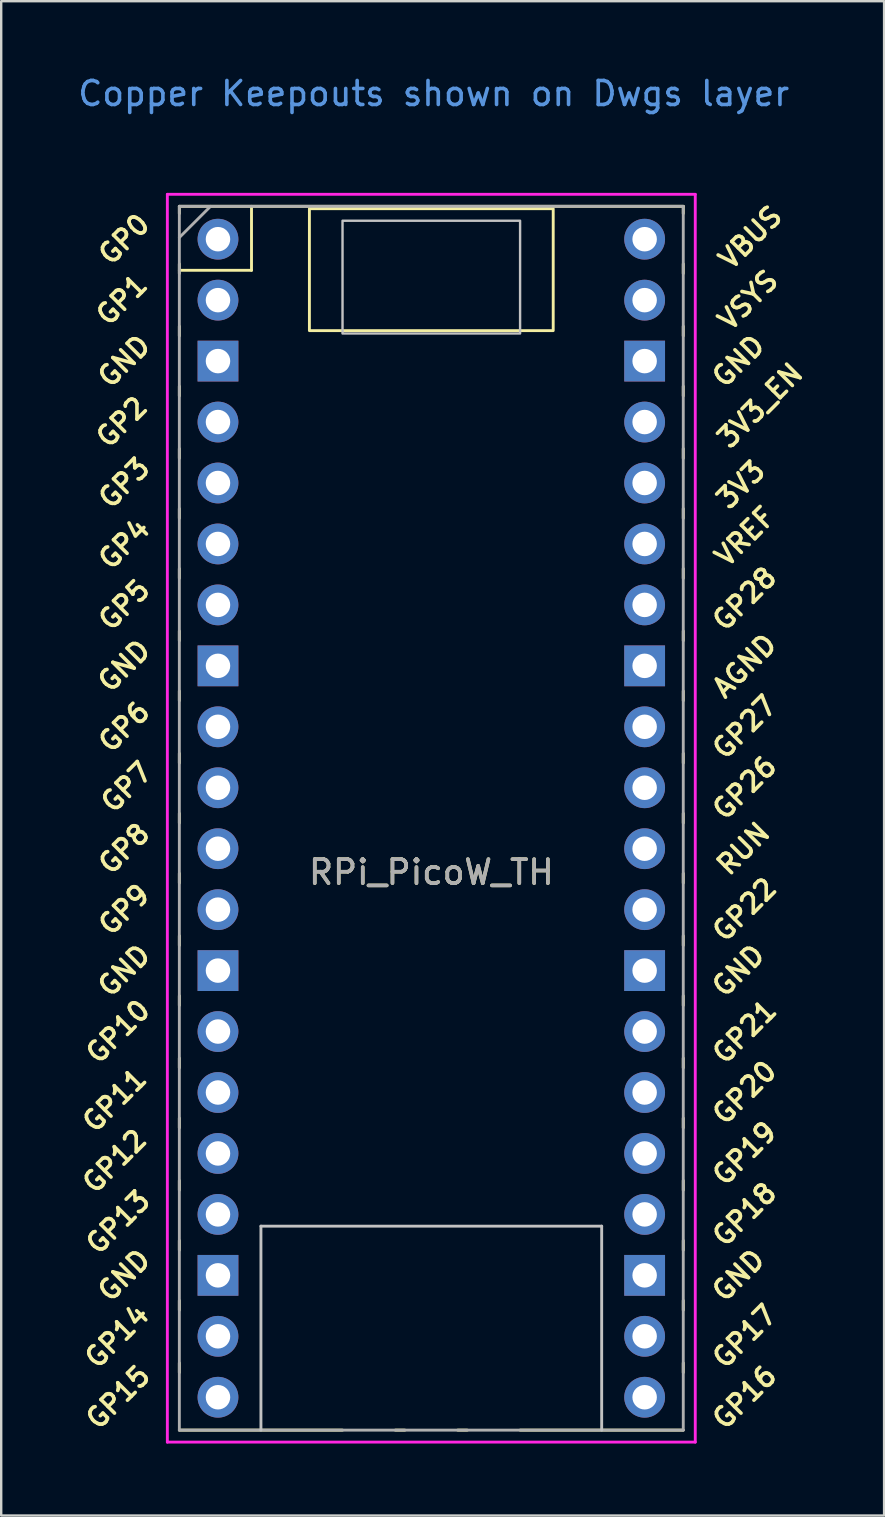
<source format=kicad_pcb>
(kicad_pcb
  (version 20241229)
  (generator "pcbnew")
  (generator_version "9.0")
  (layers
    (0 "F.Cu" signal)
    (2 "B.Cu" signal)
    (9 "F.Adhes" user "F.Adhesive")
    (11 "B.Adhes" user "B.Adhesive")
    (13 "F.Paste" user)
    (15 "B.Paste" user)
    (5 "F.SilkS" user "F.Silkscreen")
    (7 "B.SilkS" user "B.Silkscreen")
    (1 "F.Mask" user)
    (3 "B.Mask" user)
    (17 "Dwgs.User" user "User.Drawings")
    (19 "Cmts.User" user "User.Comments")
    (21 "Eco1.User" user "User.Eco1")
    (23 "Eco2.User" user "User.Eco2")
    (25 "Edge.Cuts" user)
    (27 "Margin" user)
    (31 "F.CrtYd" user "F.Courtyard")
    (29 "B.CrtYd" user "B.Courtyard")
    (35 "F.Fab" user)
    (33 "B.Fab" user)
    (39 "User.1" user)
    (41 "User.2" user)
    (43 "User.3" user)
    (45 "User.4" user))
  (footprint "RPi_PicoW_TH"
    (layer "F.Cu")
    (at 14.924 31.048)
    (property "Reference" "RPi_PicoW_TH" (at 0 2.25 0) (layer "F.SilkS") (effects (font (size 1 1) (thickness 0.15))))
    (attr through_hole)
    (fp_line (start -10.5 -25.5) (end -10.5 -25.2) (stroke (width 0.12) (type solid)) (layer "F.SilkS"))
    (fp_line (start -10.5 -25.5) (end 10.5 -25.5) (stroke (width 0.12) (type solid)) (layer "F.SilkS"))
    (fp_line (start -10.5 -23.1) (end -10.5 -22.7) (stroke (width 0.12) (type solid)) (layer "F.SilkS"))
    (fp_line (start -10.5 -22.833) (end -7.493 -22.833) (stroke (width 0.12) (type solid)) (layer "F.SilkS"))
    (fp_line (start -10.5 -20.5) (end -10.5 -20.1) (stroke (width 0.12) (type solid)) (layer "F.SilkS"))
    (fp_line (start -10.5 -18) (end -10.5 -17.6) (stroke (width 0.12) (type solid)) (layer "F.SilkS"))
    (fp_line (start -10.5 -15.4) (end -10.5 -15) (stroke (width 0.12) (type solid)) (layer "F.SilkS"))
    (fp_line (start -10.5 -12.9) (end -10.5 -12.5) (stroke (width 0.12) (type solid)) (layer "F.SilkS"))
    (fp_line (start -10.5 -10.4) (end -10.5 -10) (stroke (width 0.12) (type solid)) (layer "F.SilkS"))
    (fp_line (start -10.5 -7.8) (end -10.5 -7.4) (stroke (width 0.12) (type solid)) (layer "F.SilkS"))
    (fp_line (start -10.5 -5.3) (end -10.5 -4.9) (stroke (width 0.12) (type solid)) (layer "F.SilkS"))
    (fp_line (start -10.5 -2.7) (end -10.5 -2.3) (stroke (width 0.12) (type solid)) (layer "F.SilkS"))
    (fp_line (start -10.5 -0.2) (end -10.5 0.2) (stroke (width 0.12) (type solid)) (layer "F.SilkS"))
    (fp_line (start -10.5 2.3) (end -10.5 2.7) (stroke (width 0.12) (type solid)) (layer "F.SilkS"))
    (fp_line (start -10.5 4.9) (end -10.5 5.3) (stroke (width 0.12) (type solid)) (layer "F.SilkS"))
    (fp_line (start -10.5 7.4) (end -10.5 7.8) (stroke (width 0.12) (type solid)) (layer "F.SilkS"))
    (fp_line (start -10.5 10) (end -10.5 10.4) (stroke (width 0.12) (type solid)) (layer "F.SilkS"))
    (fp_line (start -10.5 12.5) (end -10.5 12.9) (stroke (width 0.12) (type solid)) (layer "F.SilkS"))
    (fp_line (start -10.5 15.1) (end -10.5 15.5) (stroke (width 0.12) (type solid)) (layer "F.SilkS"))
    (fp_line (start -10.5 17.6) (end -10.5 18) (stroke (width 0.12) (type solid)) (layer "F.SilkS"))
    (fp_line (start -10.5 20.1) (end -10.5 20.5) (stroke (width 0.12) (type solid)) (layer "F.SilkS"))
    (fp_line (start -10.5 22.7) (end -10.5 23.1) (stroke (width 0.12) (type solid)) (layer "F.SilkS"))
    (fp_line (start -7.493 -22.833) (end -7.493 -25.5) (stroke (width 0.12) (type solid)) (layer "F.SilkS"))
    (fp_line (start -3.7 25.5) (end -10.5 25.5) (stroke (width 0.12) (type solid)) (layer "F.SilkS"))
    (fp_line (start -1.5 25.5) (end -1.1 25.5) (stroke (width 0.12) (type solid)) (layer "F.SilkS"))
    (fp_line (start 1.1 25.5) (end 1.5 25.5) (stroke (width 0.12) (type solid)) (layer "F.SilkS"))
    (fp_line (start 10.5 -25.5) (end 10.5 -25.2) (stroke (width 0.12) (type solid)) (layer "F.SilkS"))
    (fp_line (start 10.5 -23.1) (end 10.5 -22.7) (stroke (width 0.12) (type solid)) (layer "F.SilkS"))
    (fp_line (start 10.5 -20.5) (end 10.5 -20.1) (stroke (width 0.12) (type solid)) (layer "F.SilkS"))
    (fp_line (start 10.5 -18) (end 10.5 -17.6) (stroke (width 0.12) (type solid)) (layer "F.SilkS"))
    (fp_line (start 10.5 -15.4) (end 10.5 -15) (stroke (width 0.12) (type solid)) (layer "F.SilkS"))
    (fp_line (start 10.5 -12.9) (end 10.5 -12.5) (stroke (width 0.12) (type solid)) (layer "F.SilkS"))
    (fp_line (start 10.5 -10.4) (end 10.5 -10) (stroke (width 0.12) (type solid)) (layer "F.SilkS"))
    (fp_line (start 10.5 -7.8) (end 10.5 -7.4) (stroke (width 0.12) (type solid)) (layer "F.SilkS"))
    (fp_line (start 10.5 -5.3) (end 10.5 -4.9) (stroke (width 0.12) (type solid)) (layer "F.SilkS"))
    (fp_line (start 10.5 -2.7) (end 10.5 -2.3) (stroke (width 0.12) (type solid)) (layer "F.SilkS"))
    (fp_line (start 10.5 -0.2) (end 10.5 0.2) (stroke (width 0.12) (type solid)) (layer "F.SilkS"))
    (fp_line (start 10.5 2.3) (end 10.5 2.7) (stroke (width 0.12) (type solid)) (layer "F.SilkS"))
    (fp_line (start 10.5 4.9) (end 10.5 5.3) (stroke (width 0.12) (type solid)) (layer "F.SilkS"))
    (fp_line (start 10.5 7.4) (end 10.5 7.8) (stroke (width 0.12) (type solid)) (layer "F.SilkS"))
    (fp_line (start 10.5 10) (end 10.5 10.4) (stroke (width 0.12) (type solid)) (layer "F.SilkS"))
    (fp_line (start 10.5 12.5) (end 10.5 12.9) (stroke (width 0.12) (type solid)) (layer "F.SilkS"))
    (fp_line (start 10.5 15.1) (end 10.5 15.5) (stroke (width 0.12) (type solid)) (layer "F.SilkS"))
    (fp_line (start 10.5 17.6) (end 10.5 18) (stroke (width 0.12) (type solid)) (layer "F.SilkS"))
    (fp_line (start 10.5 20.1) (end 10.5 20.5) (stroke (width 0.12) (type solid)) (layer "F.SilkS"))
    (fp_line (start 10.5 22.7) (end 10.5 23.1) (stroke (width 0.12) (type solid)) (layer "F.SilkS"))
    (fp_line (start 10.5 25.5) (end 3.7 25.5) (stroke (width 0.12) (type solid)) (layer "F.SilkS"))
    (fp_rect (start -5.08 -20.32) (end 5.08 -25.4) (stroke (width 0.12) (type solid)) (fill no) (layer "F.SilkS"))
    (fp_line (start -7.1 17) (end 7.1 17) (stroke (width 0.12) (type solid)) (layer "Dwgs.User"))
    (fp_line (start -7.1 25.5) (end -7.1 17) (stroke (width 0.12) (type solid)) (layer "Dwgs.User"))
    (fp_line (start 7.1 17) (end 7.1 25.5) (stroke (width 0.12) (type solid)) (layer "Dwgs.User"))
    (fp_poly (pts (xy 3.7 -20.2) (xy -3.7 -20.2) (xy -3.7 -24.9) (xy 3.7 -24.9)) (stroke (width 0.1) (type solid)) (fill no) (layer "Dwgs.User"))
    (fp_line (start -11 -26) (end 11 -26) (stroke (width 0.12) (type solid)) (layer "F.CrtYd"))
    (fp_line (start -11 26) (end -11 -26) (stroke (width 0.12) (type solid)) (layer "F.CrtYd"))
    (fp_line (start 11 -26) (end 11 26) (stroke (width 0.12) (type solid)) (layer "F.CrtYd"))
    (fp_line (start 11 26) (end -11 26) (stroke (width 0.12) (type solid)) (layer "F.CrtYd"))
    (fp_line (start -10.5 -25.5) (end 10.5 -25.5) (stroke (width 0.12) (type solid)) (layer "F.Fab"))
    (fp_line (start -10.5 -24.2) (end -9.2 -25.5) (stroke (width 0.12) (type solid)) (layer "F.Fab"))
    (fp_line (start -10.5 25.5) (end -10.5 -25.5) (stroke (width 0.12) (type solid)) (layer "F.Fab"))
    (fp_line (start 10.5 -25.5) (end 10.5 25.5) (stroke (width 0.12) (type solid)) (layer "F.Fab"))
    (fp_line (start 10.5 25.5) (end -10.5 25.5) (stroke (width 0.12) (type solid)) (layer "F.Fab"))
    (fp_text user "AGND" (at 13.054 -6.35 45) (layer "F.SilkS") (effects (font (size 0.8 0.8) (thickness 0.15))))
    (fp_text user "GP10" (at -13.054 8.89 45) (layer "F.SilkS") (effects (font (size 0.8 0.8) (thickness 0.15))))
    (fp_text user "GP5" (at -12.8 -8.89 45) (layer "F.SilkS") (effects (font (size 0.8 0.8) (thickness 0.15))))
    (fp_text user "GP28" (at 13.054 -9.144 45) (layer "F.SilkS") (effects (font (size 0.8 0.8) (thickness 0.15))))
    (fp_text user "GP15" (at -13.054 24.13 45) (layer "F.SilkS") (effects (font (size 0.8 0.8) (thickness 0.15))))
    (fp_text user "GP19" (at 13.054 13.97 45) (layer "F.SilkS") (effects (font (size 0.8 0.8) (thickness 0.15))))
    (fp_text user "GP27" (at 13.054 -3.8 45) (layer "F.SilkS") (effects (font (size 0.8 0.8) (thickness 0.15))))
    (fp_text user "GP3" (at -12.8 -13.97 45) (layer "F.SilkS") (effects (font (size 0.8 0.8) (thickness 0.15))))
    (fp_text user "GP20" (at 13.054 11.43 45) (layer "F.SilkS") (effects (font (size 0.8 0.8) (thickness 0.15))))
    (fp_text user "GP26" (at 13.054 -1.27 45) (layer "F.SilkS") (effects (font (size 0.8 0.8) (thickness 0.15))))
    (fp_text user "GP4" (at -12.8 -11.43 45) (layer "F.SilkS") (effects (font (size 0.8 0.8) (thickness 0.15))))
    (fp_text user "3V3_EN" (at 13.7 -17.2 45) (layer "F.SilkS") (effects (font (size 0.8 0.8) (thickness 0.15))))
    (fp_text user "GP2" (at -12.9 -16.51 45) (layer "F.SilkS") (effects (font (size 0.8 0.8) (thickness 0.15))))
    (fp_text user "GP7" (at -12.7 -1.3 45) (layer "F.SilkS") (effects (font (size 0.8 0.8) (thickness 0.15))))
    (fp_text user "RUN" (at 13 1.27 45) (layer "F.SilkS") (effects (font (size 0.8 0.8) (thickness 0.15))))
    (fp_text user "GP22" (at 13.054 3.81 45) (layer "F.SilkS") (effects (font (size 0.8 0.8) (thickness 0.15))))
    (fp_text user "GP13" (at -13.054 16.832 45) (layer "F.SilkS") (effects (font (size 0.8 0.8) (thickness 0.15))))
    (fp_text user "GP1" (at -12.9 -21.6 45) (layer "F.SilkS") (effects (font (size 0.8 0.8) (thickness 0.15))))
    (fp_text user "GND" (at -12.8 19.05 45) (layer "F.SilkS") (effects (font (size 0.8 0.8) (thickness 0.15))))
    (fp_text user "VSYS" (at 13.2 -21.59 45) (layer "F.SilkS") (effects (font (size 0.8 0.8) (thickness 0.15))))
    (fp_text user "GND" (at -12.8 6.35 45) (layer "F.SilkS") (effects (font (size 0.8 0.8) (thickness 0.15))))
    (fp_text user "GND" (at 12.8 19.05 45) (layer "F.SilkS") (effects (font (size 0.8 0.8) (thickness 0.15))))
    (fp_text user "GP9" (at -12.8 3.81 45) (layer "F.SilkS") (effects (font (size 0.8 0.8) (thickness 0.15))))
    (fp_text user "GP11" (at -13.2 11.752 45) (layer "F.SilkS") (effects (font (size 0.8 0.8) (thickness 0.15))))
    (fp_text user "GP0" (at -12.8 -24.13 45) (layer "F.SilkS") (effects (font (size 0.8 0.8) (thickness 0.15))))
    (fp_text user "GP12" (at -13.2 14.293 45) (layer "F.SilkS") (effects (font (size 0.8 0.8) (thickness 0.15))))
    (fp_text user "GND" (at -12.8 -6.35 45) (layer "F.SilkS") (effects (font (size 0.8 0.8) (thickness 0.15))))
    (fp_text user "VREF" (at 13.068 -11.742 45) (layer "F.SilkS") (effects (font (size 0.8 0.8) (thickness 0.15))))
    (fp_text user "GP21" (at 13.054 8.9 45) (layer "F.SilkS") (effects (font (size 0.8 0.8) (thickness 0.15))))
    (fp_text user "GP17" (at 13.054 21.59 45) (layer "F.SilkS") (effects (font (size 0.8 0.8) (thickness 0.15))))
    (fp_text user "GP6" (at -12.8 -3.81 45) (layer "F.SilkS") (effects (font (size 0.8 0.8) (thickness 0.15))))
    (fp_text user "GP16" (at 13.054 24.13 45) (layer "F.SilkS") (effects (font (size 0.8 0.8) (thickness 0.15))))
    (fp_text user "GND" (at 12.8 -19.05 45) (layer "F.SilkS") (effects (font (size 0.8 0.8) (thickness 0.15))))
    (fp_text user "3V3" (at 12.9 -13.9 45) (layer "F.SilkS") (effects (font (size 0.8 0.8) (thickness 0.15))))
    (fp_text user "GND" (at -12.8 -19.05 45) (layer "F.SilkS") (effects (font (size 0.8 0.8) (thickness 0.15))))
    (fp_text user "GND" (at 12.8 6.35 45) (layer "F.SilkS") (effects (font (size 0.8 0.8) (thickness 0.15))))
    (fp_text user "GP14" (at -13.1 21.59 45) (layer "F.SilkS") (effects (font (size 0.8 0.8) (thickness 0.15))))
    (fp_text user "GP8" (at -12.8 1.27 45) (layer "F.SilkS") (effects (font (size 0.8 0.8) (thickness 0.15))))
    (fp_text user "GP18" (at 13.054 16.51 45) (layer "F.SilkS") (effects (font (size 0.8 0.8) (thickness 0.15))))
    (fp_text user "VBUS" (at 13.3 -24.2 45) (layer "F.SilkS") (effects (font (size 0.8 0.8) (thickness 0.15))))
    (fp_text user "Copper Keepouts shown on Dwgs layer" (at 0.1 -30.2 0) (layer "Cmts.User") (effects (font (size 1 1) (thickness 0.15))))
    (fp_text user "${REFERENCE}" (at 0 2.25 180) (layer "F.Fab") (effects (font (size 1 1) (thickness 0.15))))
    (pad "1" thru_hole oval (at -8.89 -24.13) (size 1.7 1.7) (drill 1.02) (layers "*.Cu" "*.Mask"))
    (pad "2" thru_hole oval (at -8.89 -21.59) (size 1.7 1.7) (drill 1.02) (layers "*.Cu" "*.Mask"))
    (pad "3" thru_hole rect (at -8.89 -19.05) (size 1.7 1.7) (drill 1.02) (layers "*.Cu" "*.Mask"))
    (pad "4" thru_hole oval (at -8.89 -16.51) (size 1.7 1.7) (drill 1.02) (layers "*.Cu" "*.Mask"))
    (pad "5" thru_hole oval (at -8.89 -13.97) (size 1.7 1.7) (drill 1.02) (layers "*.Cu" "*.Mask"))
    (pad "6" thru_hole oval (at -8.89 -11.43) (size 1.7 1.7) (drill 1.02) (layers "*.Cu" "*.Mask"))
    (pad "7" thru_hole oval (at -8.89 -8.89) (size 1.7 1.7) (drill 1.02) (layers "*.Cu" "*.Mask"))
    (pad "8" thru_hole rect (at -8.89 -6.35) (size 1.7 1.7) (drill 1.02) (layers "*.Cu" "*.Mask"))
    (pad "9" thru_hole oval (at -8.89 -3.81) (size 1.7 1.7) (drill 1.02) (layers "*.Cu" "*.Mask"))
    (pad "10" thru_hole oval (at -8.89 -1.27) (size 1.7 1.7) (drill 1.02) (layers "*.Cu" "*.Mask"))
    (pad "11" thru_hole oval (at -8.89 1.27) (size 1.7 1.7) (drill 1.02) (layers "*.Cu" "*.Mask"))
    (pad "12" thru_hole oval (at -8.89 3.81) (size 1.7 1.7) (drill 1.02) (layers "*.Cu" "*.Mask"))
    (pad "13" thru_hole rect (at -8.89 6.35) (size 1.7 1.7) (drill 1.02) (layers "*.Cu" "*.Mask"))
    (pad "14" thru_hole oval (at -8.89 8.89) (size 1.7 1.7) (drill 1.02) (layers "*.Cu" "*.Mask"))
    (pad "15" thru_hole oval (at -8.89 11.43) (size 1.7 1.7) (drill 1.02) (layers "*.Cu" "*.Mask"))
    (pad "16" thru_hole oval (at -8.89 13.97) (size 1.7 1.7) (drill 1.02) (layers "*.Cu" "*.Mask"))
    (pad "17" thru_hole oval (at -8.89 16.51) (size 1.7 1.7) (drill 1.02) (layers "*.Cu" "*.Mask"))
    (pad "18" thru_hole rect (at -8.89 19.05) (size 1.7 1.7) (drill 1.02) (layers "*.Cu" "*.Mask"))
    (pad "19" thru_hole oval (at -8.89 21.59) (size 1.7 1.7) (drill 1.02) (layers "*.Cu" "*.Mask"))
    (pad "20" thru_hole oval (at -8.89 24.13) (size 1.7 1.7) (drill 1.02) (layers "*.Cu" "*.Mask"))
    (pad "21" thru_hole oval (at 8.89 24.13) (size 1.7 1.7) (drill 1.02) (layers "*.Cu" "*.Mask"))
    (pad "22" thru_hole oval (at 8.89 21.59) (size 1.7 1.7) (drill 1.02) (layers "*.Cu" "*.Mask"))
    (pad "23" thru_hole rect (at 8.89 19.05) (size 1.7 1.7) (drill 1.02) (layers "*.Cu" "*.Mask"))
    (pad "24" thru_hole oval (at 8.89 16.51) (size 1.7 1.7) (drill 1.02) (layers "*.Cu" "*.Mask"))
    (pad "25" thru_hole oval (at 8.89 13.97) (size 1.7 1.7) (drill 1.02) (layers "*.Cu" "*.Mask"))
    (pad "26" thru_hole oval (at 8.89 11.43) (size 1.7 1.7) (drill 1.02) (layers "*.Cu" "*.Mask"))
    (pad "27" thru_hole oval (at 8.89 8.89) (size 1.7 1.7) (drill 1.02) (layers "*.Cu" "*.Mask"))
    (pad "28" thru_hole rect (at 8.89 6.35) (size 1.7 1.7) (drill 1.02) (layers "*.Cu" "*.Mask"))
    (pad "29" thru_hole oval (at 8.89 3.81) (size 1.7 1.7) (drill 1.02) (layers "*.Cu" "*.Mask"))
    (pad "30" thru_hole oval (at 8.89 1.27) (size 1.7 1.7) (drill 1.02) (layers "*.Cu" "*.Mask"))
    (pad "31" thru_hole oval (at 8.89 -1.27) (size 1.7 1.7) (drill 1.02) (layers "*.Cu" "*.Mask"))
    (pad "32" thru_hole oval (at 8.89 -3.81) (size 1.7 1.7) (drill 1.02) (layers "*.Cu" "*.Mask"))
    (pad "33" thru_hole rect (at 8.89 -6.35) (size 1.7 1.7) (drill 1.02) (layers "*.Cu" "*.Mask"))
    (pad "34" thru_hole oval (at 8.89 -8.89) (size 1.7 1.7) (drill 1.02) (layers "*.Cu" "*.Mask"))
    (pad "35" thru_hole oval (at 8.89 -11.43) (size 1.7 1.7) (drill 1.02) (layers "*.Cu" "*.Mask"))
    (pad "36" thru_hole oval (at 8.89 -13.97) (size 1.7 1.7) (drill 1.02) (layers "*.Cu" "*.Mask"))
    (pad "37" thru_hole oval (at 8.89 -16.51) (size 1.7 1.7) (drill 1.02) (layers "*.Cu" "*.Mask"))
    (pad "38" thru_hole rect (at 8.89 -19.05) (size 1.7 1.7) (drill 1.02) (layers "*.Cu" "*.Mask"))
    (pad "39" thru_hole oval (at 8.89 -21.59) (size 1.7 1.7) (drill 1.02) (layers "*.Cu" "*.Mask"))
    (pad "40" thru_hole oval (at 8.89 -24.13) (size 1.7 1.7) (drill 1.02) (layers "*.Cu" "*.Mask")))
  (gr_rect
    (start -3 -3)
    (end 33.793 60.108)
    (stroke (width 0.1) (type default))
    (fill no)
    (layer "Edge.Cuts")))
</source>
